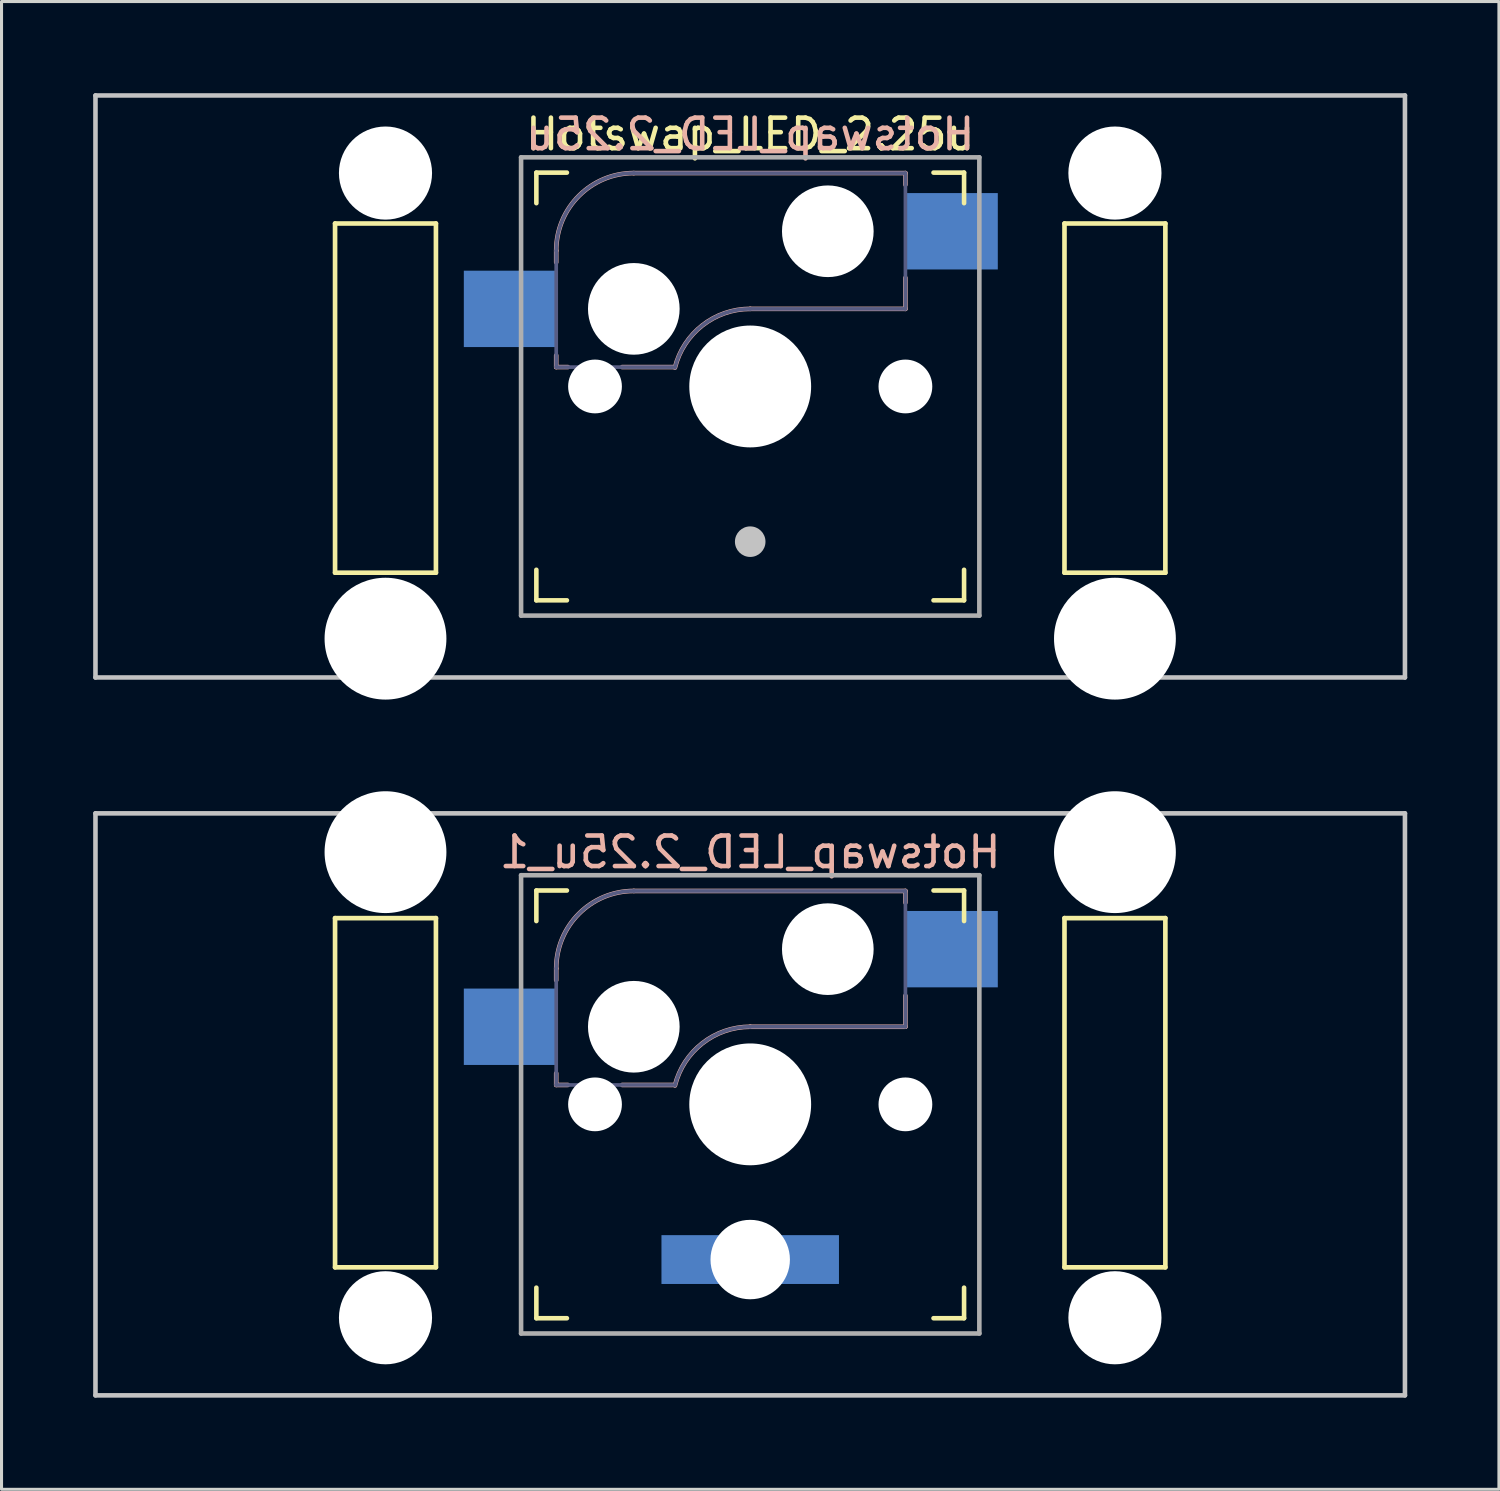
<source format=kicad_pcb>
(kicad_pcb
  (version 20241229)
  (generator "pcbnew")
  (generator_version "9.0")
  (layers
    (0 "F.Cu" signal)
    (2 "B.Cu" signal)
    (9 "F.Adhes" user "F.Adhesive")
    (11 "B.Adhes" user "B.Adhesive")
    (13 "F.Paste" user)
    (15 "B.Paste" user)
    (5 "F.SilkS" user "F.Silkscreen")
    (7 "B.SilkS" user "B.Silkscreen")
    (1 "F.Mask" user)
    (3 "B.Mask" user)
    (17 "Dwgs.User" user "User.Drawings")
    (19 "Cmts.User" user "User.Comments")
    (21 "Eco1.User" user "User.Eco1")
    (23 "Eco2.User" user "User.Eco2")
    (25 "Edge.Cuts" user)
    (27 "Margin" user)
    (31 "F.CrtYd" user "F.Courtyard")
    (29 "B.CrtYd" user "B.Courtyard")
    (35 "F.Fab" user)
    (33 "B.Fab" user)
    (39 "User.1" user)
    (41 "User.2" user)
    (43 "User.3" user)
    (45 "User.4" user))
  (footprint "Hotswap_LED_2.25u_1"
    (layer "F.Cu")
    (at 21.506 33.098)
    (property "Reference" "Hotswap_LED_2.25u_1" (at 0 -8.255 0) (layer "B.SilkS") (effects (font (size 1 1) (thickness 0.15)) (justify mirror)))
    (attr through_hole)
    (fp_line (start -13.589 -6.096) (end -13.589 5.334) (stroke (width 0.152) (type solid)) (layer "F.SilkS"))
    (fp_line (start -13.589 5.334) (end -10.287 5.334) (stroke (width 0.152) (type solid)) (layer "F.SilkS"))
    (fp_line (start -10.287 -6.096) (end -13.589 -6.096) (stroke (width 0.152) (type solid)) (layer "F.SilkS"))
    (fp_line (start -10.287 5.334) (end -10.287 -6.096) (stroke (width 0.152) (type solid)) (layer "F.SilkS"))
    (fp_line (start -7 -6) (end -7 -7) (stroke (width 0.15) (type solid)) (layer "F.SilkS"))
    (fp_line (start -7 7) (end -7 6) (stroke (width 0.15) (type solid)) (layer "F.SilkS"))
    (fp_line (start -7 7) (end -6 7) (stroke (width 0.15) (type solid)) (layer "F.SilkS"))
    (fp_line (start -6 -7) (end -7 -7) (stroke (width 0.15) (type solid)) (layer "F.SilkS"))
    (fp_line (start 6 7) (end 7 7) (stroke (width 0.15) (type solid)) (layer "F.SilkS"))
    (fp_line (start 7 -7) (end 6 -7) (stroke (width 0.15) (type solid)) (layer "F.SilkS"))
    (fp_line (start 7 -7) (end 7 -6) (stroke (width 0.15) (type solid)) (layer "F.SilkS"))
    (fp_line (start 7 6) (end 7 7) (stroke (width 0.15) (type solid)) (layer "F.SilkS"))
    (fp_line (start 10.287 -6.096) (end 10.287 5.334) (stroke (width 0.152) (type solid)) (layer "F.SilkS"))
    (fp_line (start 10.287 5.334) (end 13.589 5.334) (stroke (width 0.152) (type solid)) (layer "F.SilkS"))
    (fp_line (start 13.589 -6.096) (end 10.287 -6.096) (stroke (width 0.152) (type solid)) (layer "F.SilkS"))
    (fp_line (start 13.589 5.334) (end 13.589 -6.096) (stroke (width 0.152) (type solid)) (layer "F.SilkS"))
    (fp_line (start -6.35 -4.445) (end -6.35 -4.064) (stroke (width 0.15) (type solid)) (layer "B.SilkS"))
    (fp_line (start -6.35 -1.016) (end -6.35 -0.635) (stroke (width 0.15) (type solid)) (layer "B.SilkS"))
    (fp_line (start -6.35 -0.635) (end -5.969 -0.635) (stroke (width 0.15) (type solid)) (layer "B.SilkS"))
    (fp_line (start -4.191 -0.635) (end -2.54 -0.635) (stroke (width 0.15) (type solid)) (layer "B.SilkS"))
    (fp_line (start 0 -2.54) (end 5.08 -2.54) (stroke (width 0.15) (type solid)) (layer "B.SilkS"))
    (fp_line (start 5.08 -6.985) (end -3.81 -6.985) (stroke (width 0.15) (type solid)) (layer "B.SilkS"))
    (fp_line (start 5.08 -6.604) (end 5.08 -6.985) (stroke (width 0.15) (type solid)) (layer "B.SilkS"))
    (fp_line (start 5.08 -2.54) (end 5.08 -3.556) (stroke (width 0.15) (type solid)) (layer "B.SilkS"))
    (fp_arc (start -6.35 -4.445) (mid -5.606051 -6.241051) (end -3.81 -6.985) (stroke (width 0.15) (type solid)) (layer "B.SilkS"))
    (fp_arc (start -2.464162 -0.61604) (mid -1.563147 -2.002042) (end 0 -2.54) (stroke (width 0.15) (type solid)) (layer "B.SilkS"))
    (fp_line (start -21.431 -9.525) (end 21.431 -9.525) (stroke (width 0.15) (type solid)) (layer "Dwgs.User"))
    (fp_line (start -21.431 9.525) (end -21.431 -9.525) (stroke (width 0.15) (type solid)) (layer "Dwgs.User"))
    (fp_line (start 21.431 -9.525) (end 21.431 9.525) (stroke (width 0.15) (type solid)) (layer "Dwgs.User"))
    (fp_line (start 21.431 9.525) (end -21.431 9.525) (stroke (width 0.15) (type solid)) (layer "Dwgs.User"))
    (fp_line (start -6.9 6.9) (end -6.9 -6.9) (stroke (width 0.15) (type solid)) (layer "Eco2.User"))
    (fp_line (start -6.9 6.9) (end 6.9 6.9) (stroke (width 0.15) (type solid)) (layer "Eco2.User"))
    (fp_line (start 6.9 -6.9) (end -6.9 -6.9) (stroke (width 0.15) (type solid)) (layer "Eco2.User"))
    (fp_line (start 6.9 -6.9) (end 6.9 6.9) (stroke (width 0.15) (type solid)) (layer "Eco2.User"))
    (fp_line (start -6.35 -4.445) (end -6.35 -0.635) (stroke (width 0.12) (type solid)) (layer "B.Fab"))
    (fp_line (start -6.35 -0.635) (end -2.54 -0.635) (stroke (width 0.12) (type solid)) (layer "B.Fab"))
    (fp_line (start 0 -2.54) (end 5.08 -2.54) (stroke (width 0.12) (type solid)) (layer "B.Fab"))
    (fp_line (start 5.08 -6.985) (end -3.81 -6.985) (stroke (width 0.12) (type solid)) (layer "B.Fab"))
    (fp_line (start 5.08 -2.54) (end 5.08 -6.985) (stroke (width 0.12) (type solid)) (layer "B.Fab"))
    (fp_arc (start -6.35 -4.445) (mid -5.606051 -6.241051) (end -3.81 -6.985) (stroke (width 0.12) (type solid)) (layer "B.Fab"))
    (fp_arc (start -2.464162 -0.61604) (mid -1.563147 -2.002042) (end 0 -2.54) (stroke (width 0.12) (type solid)) (layer "B.Fab"))
    (fp_line (start -7.5 -7.5) (end 7.5 -7.5) (stroke (width 0.15) (type solid)) (layer "F.Fab"))
    (fp_line (start -7.5 7.5) (end -7.5 -7.5) (stroke (width 0.15) (type solid)) (layer "F.Fab"))
    (fp_line (start 7.5 -7.5) (end 7.5 7.5) (stroke (width 0.15) (type solid)) (layer "F.Fab"))
    (fp_line (start 7.5 7.5) (end -7.5 7.5) (stroke (width 0.15) (type solid)) (layer "F.Fab"))
    (pad "" np_thru_hole circle (at -11.938 -8.255 180) (size 3.988 3.988) (drill 3.988) (layers "*.Cu" "*.Mask"))
    (pad "" np_thru_hole circle (at -11.938 6.985 180) (size 3.048 3.048) (drill 3.048) (layers "*.Cu" "*.Mask"))
    (pad "" np_thru_hole circle (at -5.08 0 180) (size 1.76 1.76) (drill 1.76) (layers "*.Cu" "*.Mask"))
    (pad "" np_thru_hole circle (at -3.81 -2.54 180) (size 3 3) (drill 3) (layers "*.Cu" "*.Mask"))
    (pad "" np_thru_hole circle (at 0 0 180) (size 3.988 3.988) (drill 3.988) (layers "*.Cu" "*.Mask"))
    (pad "" np_thru_hole circle (at 0 5.08 180) (size 2.6 2.6) (drill 2.6) (layers "*.Cu" "*.Mask"))
    (pad "" np_thru_hole circle (at 2.54 -5.08 180) (size 3 3) (drill 3) (layers "*.Cu" "*.Mask"))
    (pad "" np_thru_hole circle (at 5.08 0 180) (size 1.76 1.76) (drill 1.76) (layers "*.Cu" "*.Mask"))
    (pad "" np_thru_hole circle (at 11.938 -8.255 180) (size 3.988 3.988) (drill 3.988) (layers "*.Cu" "*.Mask"))
    (pad "" np_thru_hole circle (at 11.938 6.985 180) (size 3.048 3.048) (drill 3.048) (layers "*.Cu" "*.Mask"))
    (pad "1" smd rect (at -7.874 -2.54 180) (size 3 2.5) (layers "B.Cu" "B.Mask"))
    (pad "2" smd rect (at 6.604 -5.08 180) (size 3 2.5) (layers "B.Cu" "B.Mask"))
    (pad "A" smd rect (at -1.905 5.08 180) (size 2 1.598) (layers "B.Cu" "B.Mask"))
    (pad "K" smd rect (at 1.905 5.08 180) (size 2 1.598) (layers "B.Cu" "B.Mask")))
  (footprint "Hotswap_LED_2.25u"
    (layer "F.Cu")
    (at 21.506 9.6)
    (property "Reference" "Hotswap_LED_2.25u" (at 0 -8.255 0) (layer "F.SilkS") (effects (font (size 1 1) (thickness 0.15))))
    (attr through_hole)
    (fp_line (start -13.589 -5.334) (end -13.589 6.096) (stroke (width 0.152) (type solid)) (layer "F.SilkS"))
    (fp_line (start -13.589 6.096) (end -10.287 6.096) (stroke (width 0.152) (type solid)) (layer "F.SilkS"))
    (fp_line (start -10.287 -5.334) (end -13.589 -5.334) (stroke (width 0.152) (type solid)) (layer "F.SilkS"))
    (fp_line (start -10.287 6.096) (end -10.287 -5.334) (stroke (width 0.152) (type solid)) (layer "F.SilkS"))
    (fp_line (start -7 -6) (end -7 -7) (stroke (width 0.15) (type solid)) (layer "F.SilkS"))
    (fp_line (start -7 7) (end -7 6) (stroke (width 0.15) (type solid)) (layer "F.SilkS"))
    (fp_line (start -7 7) (end -6 7) (stroke (width 0.15) (type solid)) (layer "F.SilkS"))
    (fp_line (start -6 -7) (end -7 -7) (stroke (width 0.15) (type solid)) (layer "F.SilkS"))
    (fp_line (start 6 7) (end 7 7) (stroke (width 0.15) (type solid)) (layer "F.SilkS"))
    (fp_line (start 7 -7) (end 6 -7) (stroke (width 0.15) (type solid)) (layer "F.SilkS"))
    (fp_line (start 7 -7) (end 7 -6) (stroke (width 0.15) (type solid)) (layer "F.SilkS"))
    (fp_line (start 7 6) (end 7 7) (stroke (width 0.15) (type solid)) (layer "F.SilkS"))
    (fp_line (start 10.287 -5.334) (end 10.287 6.096) (stroke (width 0.152) (type solid)) (layer "F.SilkS"))
    (fp_line (start 10.287 6.096) (end 13.589 6.096) (stroke (width 0.152) (type solid)) (layer "F.SilkS"))
    (fp_line (start 13.589 -5.334) (end 10.287 -5.334) (stroke (width 0.152) (type solid)) (layer "F.SilkS"))
    (fp_line (start 13.589 6.096) (end 13.589 -5.334) (stroke (width 0.152) (type solid)) (layer "F.SilkS"))
    (fp_line (start -6.35 -4.445) (end -6.35 -4.064) (stroke (width 0.15) (type solid)) (layer "B.SilkS"))
    (fp_line (start -6.35 -1.016) (end -6.35 -0.635) (stroke (width 0.15) (type solid)) (layer "B.SilkS"))
    (fp_line (start -6.35 -0.635) (end -5.969 -0.635) (stroke (width 0.15) (type solid)) (layer "B.SilkS"))
    (fp_line (start -4.191 -0.635) (end -2.54 -0.635) (stroke (width 0.15) (type solid)) (layer "B.SilkS"))
    (fp_line (start 0 -2.54) (end 5.08 -2.54) (stroke (width 0.15) (type solid)) (layer "B.SilkS"))
    (fp_line (start 5.08 -6.985) (end -3.81 -6.985) (stroke (width 0.15) (type solid)) (layer "B.SilkS"))
    (fp_line (start 5.08 -6.604) (end 5.08 -6.985) (stroke (width 0.15) (type solid)) (layer "B.SilkS"))
    (fp_line (start 5.08 -2.54) (end 5.08 -3.556) (stroke (width 0.15) (type solid)) (layer "B.SilkS"))
    (fp_arc (start -6.35 -4.445) (mid -5.606051 -6.241051) (end -3.81 -6.985) (stroke (width 0.15) (type solid)) (layer "B.SilkS"))
    (fp_arc (start -2.464162 -0.61604) (mid -1.563147 -2.002042) (end 0 -2.54) (stroke (width 0.15) (type solid)) (layer "B.SilkS"))
    (fp_line (start -21.431 -9.525) (end 21.431 -9.525) (stroke (width 0.15) (type solid)) (layer "Dwgs.User"))
    (fp_line (start -21.431 9.525) (end -21.431 -9.525) (stroke (width 0.15) (type solid)) (layer "Dwgs.User"))
    (fp_line (start -21.431 9.525) (end 21.431 9.525) (stroke (width 0.15) (type solid)) (layer "Dwgs.User"))
    (fp_line (start 21.431 -9.525) (end 21.431 9.525) (stroke (width 0.15) (type solid)) (layer "Dwgs.User"))
    (fp_line (start -6.9 6.9) (end -6.9 -6.9) (stroke (width 0.15) (type solid)) (layer "Eco2.User"))
    (fp_line (start -6.9 6.9) (end 6.9 6.9) (stroke (width 0.15) (type solid)) (layer "Eco2.User"))
    (fp_line (start 6.9 -6.9) (end -6.9 -6.9) (stroke (width 0.15) (type solid)) (layer "Eco2.User"))
    (fp_line (start 6.9 -6.9) (end 6.9 6.9) (stroke (width 0.15) (type solid)) (layer "Eco2.User"))
    (fp_line (start -6.35 -4.445) (end -6.35 -0.635) (stroke (width 0.12) (type solid)) (layer "B.Fab"))
    (fp_line (start -6.35 -0.635) (end -2.54 -0.635) (stroke (width 0.12) (type solid)) (layer "B.Fab"))
    (fp_line (start 0 -2.54) (end 5.08 -2.54) (stroke (width 0.12) (type solid)) (layer "B.Fab"))
    (fp_line (start 5.08 -6.985) (end -3.81 -6.985) (stroke (width 0.12) (type solid)) (layer "B.Fab"))
    (fp_line (start 5.08 -2.54) (end 5.08 -6.985) (stroke (width 0.12) (type solid)) (layer "B.Fab"))
    (fp_arc (start -6.35 -4.445) (mid -5.606051 -6.241051) (end -3.81 -6.985) (stroke (width 0.12) (type solid)) (layer "B.Fab"))
    (fp_arc (start -2.464162 -0.61604) (mid -1.563147 -2.002042) (end 0 -2.54) (stroke (width 0.12) (type solid)) (layer "B.Fab"))
    (fp_line (start -7.5 -7.5) (end 7.5 -7.5) (stroke (width 0.15) (type solid)) (layer "F.Fab"))
    (fp_line (start -7.5 7.5) (end -7.5 -7.5) (stroke (width 0.15) (type solid)) (layer "F.Fab"))
    (fp_line (start 7.5 -7.5) (end 7.5 7.5) (stroke (width 0.15) (type solid)) (layer "F.Fab"))
    (fp_line (start 7.5 7.5) (end -7.5 7.5) (stroke (width 0.15) (type solid)) (layer "F.Fab"))
    (fp_text user "${REFERENCE}" (at 0 -8.255 0) (layer "B.SilkS") (effects (font (size 1 1) (thickness 0.15)) (justify mirror)))
    (pad "" np_thru_hole circle (at -11.938 -6.985) (size 3.048 3.048) (drill 3.048) (layers "*.Cu" "*.Mask"))
    (pad "" np_thru_hole circle (at -11.938 8.255) (size 3.988 3.988) (drill 3.988) (layers "*.Cu" "*.Mask"))
    (pad "" np_thru_hole circle (at -5.08 0 180) (size 1.76 1.76) (drill 1.76) (layers "*.Cu" "*.Mask"))
    (pad "" np_thru_hole circle (at -3.81 -2.54 180) (size 3 3) (drill 3) (layers "*.Cu" "*.Mask"))
    (pad "" np_thru_hole circle (at 0 0 180) (size 3.988 3.988) (drill 3.988) (layers "*.Cu" "*.Mask"))
    (pad "" smd circle (at 0 5.08 180) (size 1 1) (layers "Dwgs.User"))
    (pad "" np_thru_hole circle (at 2.54 -5.08 180) (size 3 3) (drill 3) (layers "*.Cu" "*.Mask"))
    (pad "" np_thru_hole circle (at 5.08 0 180) (size 1.76 1.76) (drill 1.76) (layers "*.Cu" "*.Mask"))
    (pad "" np_thru_hole circle (at 11.938 -6.985) (size 3.048 3.048) (drill 3.048) (layers "*.Cu" "*.Mask"))
    (pad "" np_thru_hole circle (at 11.938 8.255) (size 3.988 3.988) (drill 3.988) (layers "*.Cu" "*.Mask"))
    (pad "1" smd rect (at -7.874 -2.54 180) (size 3 2.5) (layers "B.Cu" "B.Mask" "B.Paste"))
    (pad "2" smd rect (at 6.604 -5.08 180) (size 3 2.5) (layers "B.Cu" "B.Mask" "B.Paste")))
  (gr_rect
    (start -3 -3)
    (end 46.013 45.698)
    (stroke (width 0.1) (type default))
    (fill no)
    (layer "Edge.Cuts")))
</source>
